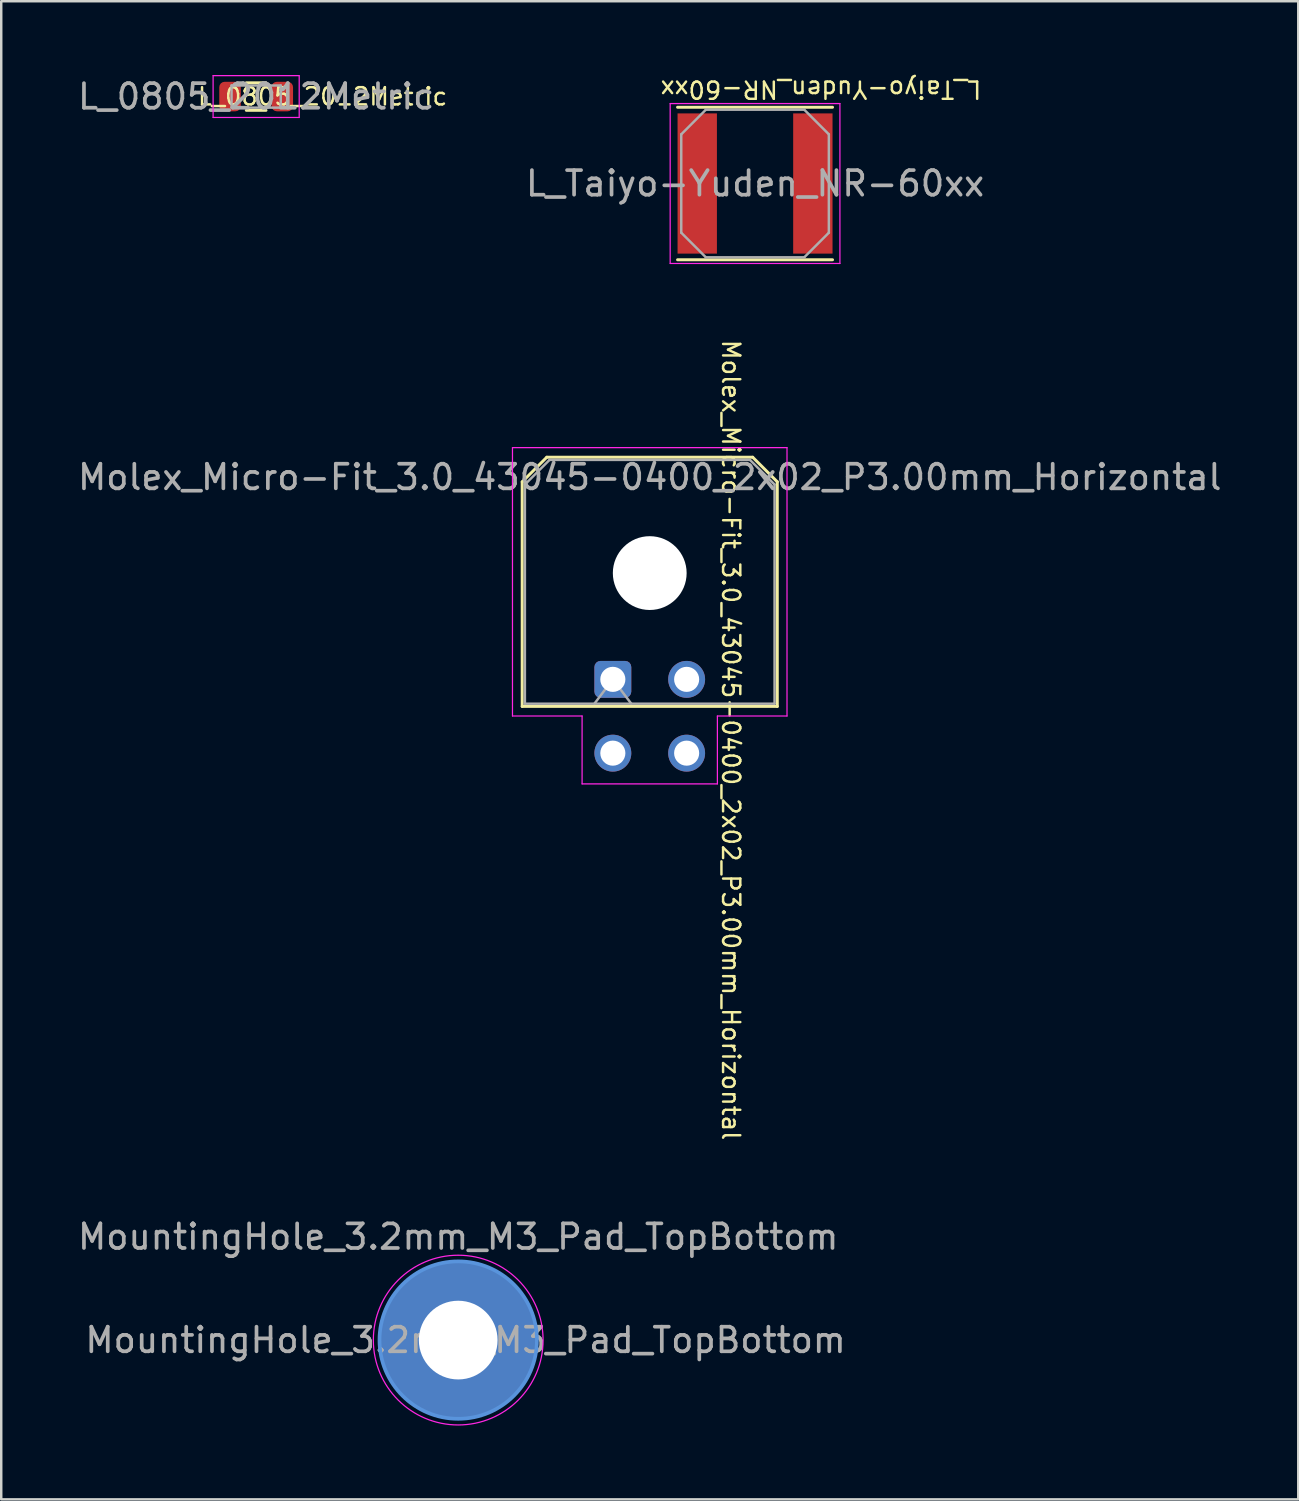
<source format=kicad_pcb>
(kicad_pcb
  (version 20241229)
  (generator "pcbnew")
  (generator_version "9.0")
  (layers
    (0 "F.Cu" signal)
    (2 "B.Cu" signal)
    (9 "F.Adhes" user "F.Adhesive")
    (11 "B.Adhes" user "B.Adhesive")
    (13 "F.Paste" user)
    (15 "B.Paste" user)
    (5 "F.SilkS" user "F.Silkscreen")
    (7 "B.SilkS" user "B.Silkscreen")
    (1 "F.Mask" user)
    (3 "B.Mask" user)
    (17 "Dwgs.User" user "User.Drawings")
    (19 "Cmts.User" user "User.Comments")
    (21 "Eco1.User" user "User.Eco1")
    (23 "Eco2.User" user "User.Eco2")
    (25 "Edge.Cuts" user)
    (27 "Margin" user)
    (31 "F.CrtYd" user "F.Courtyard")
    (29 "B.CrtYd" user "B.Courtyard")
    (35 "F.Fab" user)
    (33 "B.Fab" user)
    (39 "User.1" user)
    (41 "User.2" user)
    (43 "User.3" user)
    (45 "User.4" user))
  (footprint "L_0805_2012Metric"
    (layer "F.Cu")
    (at 7.363 0.875)
    (property "Reference" "L_0805_2012Metric" (at 2.7 0 0) (unlocked yes) (layer "F.SilkS") (effects (font (size 0.7 0.7) (thickness 0.1))))
    (attr smd)
    (fp_line (start -0.4 -0.56) (end 0.4 -0.56) (stroke (width 0.12) (type solid)) (layer "F.SilkS"))
    (fp_line (start -0.4 0.56) (end 0.4 0.56) (stroke (width 0.12) (type solid)) (layer "F.SilkS"))
    (fp_line (start -1.75 -0.85) (end 1.75 -0.85) (stroke (width 0.05) (type solid)) (layer "F.CrtYd"))
    (fp_line (start -1.75 0.85) (end -1.75 -0.85) (stroke (width 0.05) (type solid)) (layer "F.CrtYd"))
    (fp_line (start 1.75 -0.85) (end 1.75 0.85) (stroke (width 0.05) (type solid)) (layer "F.CrtYd"))
    (fp_line (start 1.75 0.85) (end -1.75 0.85) (stroke (width 0.05) (type solid)) (layer "F.CrtYd"))
    (fp_line (start -1 -0.45) (end 1 -0.45) (stroke (width 0.1) (type solid)) (layer "F.Fab"))
    (fp_line (start -1 0.45) (end -1 -0.45) (stroke (width 0.1) (type solid)) (layer "F.Fab"))
    (fp_line (start 1 -0.45) (end 1 0.45) (stroke (width 0.1) (type solid)) (layer "F.Fab"))
    (fp_line (start 1 0.45) (end -1 0.45) (stroke (width 0.1) (type solid)) (layer "F.Fab"))
    (fp_text user "${REFERENCE}" (at 0 0 0) (unlocked yes) (layer "F.Fab") (effects (font (size 1 1) (thickness 0.15))))
    (pad "1" smd roundrect (at -1.062 0) (size 0.875 1.2) (layers "F.Cu" "F.Mask" "F.Paste") (roundrect_rratio 0.25))
    (pad "2" smd roundrect (at 1.062 0) (size 0.875 1.2) (layers "F.Cu" "F.Mask" "F.Paste") (roundrect_rratio 0.25)))
  (footprint "MountingHole_3.2mm_M3_Pad_TopBottom"
    (layer "F.Cu")
    (at 15.577 51.427)
    (property "Reference" "MountingHole_3.2mm_M3_Pad_TopBottom" (at 0 -4.2 0) (unlocked yes) (layer "F.Fab") (effects (font (size 1 1) (thickness 0.15))))
    (attr exclude_from_pos_files exclude_from_bom)
    (fp_circle (center 0 0) (end 3.2 0) (stroke (width 0.15) (type solid)) (fill no) (layer "Cmts.User"))
    (fp_circle (center 0 0) (end 3.45 0) (stroke (width 0.05) (type solid)) (fill no) (layer "F.CrtYd"))
    (fp_text user "${REFERENCE}" (at 0.3 0 0) (unlocked yes) (layer "F.Fab") (effects (font (size 1 1) (thickness 0.15))))
    (pad "1" thru_hole circle (at 0 0) (size 3.6 3.6) (drill 3.2) (layers "*.Cu" "*.Mask"))
    (pad "1" connect circle (at 0 0) (size 6.4 6.4) (layers "F.Cu" "F.Mask"))
    (pad "1" connect circle (at 0 0) (size 6.4 6.4) (layers "B.Cu" "B.Mask")))
  (footprint "L_Taiyo-Yuden_NR-60xx"
    (layer "F.Cu")
    (at 27.644 4.41)
    (property "Reference" "L_Taiyo-Yuden_NR-60xx" (at 2.679 -3.825 180) (unlocked yes) (layer "F.SilkS") (effects (font (size 0.7 0.7) (thickness 0.1))))
    (attr smd)
    (fp_line (start -3.15 -3.1) (end 3.15 -3.1) (stroke (width 0.12) (type solid)) (layer "F.SilkS"))
    (fp_line (start -3.15 3.1) (end 3.15 3.1) (stroke (width 0.12) (type solid)) (layer "F.SilkS"))
    (fp_line (start -3.45 -3.25) (end -3.45 3.25) (stroke (width 0.05) (type solid)) (layer "F.CrtYd"))
    (fp_line (start -3.45 3.25) (end 3.45 3.25) (stroke (width 0.05) (type solid)) (layer "F.CrtYd"))
    (fp_line (start 3.45 -3.25) (end -3.45 -3.25) (stroke (width 0.05) (type solid)) (layer "F.CrtYd"))
    (fp_line (start 3.45 3.25) (end 3.45 -3.25) (stroke (width 0.05) (type solid)) (layer "F.CrtYd"))
    (fp_line (start -3 -2) (end -2 -3) (stroke (width 0.1) (type solid)) (layer "F.Fab"))
    (fp_line (start -3 2) (end -3 -2) (stroke (width 0.1) (type solid)) (layer "F.Fab"))
    (fp_line (start -3 2) (end -2 3) (stroke (width 0.1) (type solid)) (layer "F.Fab"))
    (fp_line (start -2 -3) (end 2 -3) (stroke (width 0.1) (type solid)) (layer "F.Fab"))
    (fp_line (start -2 3) (end 2 3) (stroke (width 0.1) (type solid)) (layer "F.Fab"))
    (fp_line (start 3 -2) (end 2 -3) (stroke (width 0.1) (type solid)) (layer "F.Fab"))
    (fp_line (start 3 2) (end 2 3) (stroke (width 0.1) (type solid)) (layer "F.Fab"))
    (fp_line (start 3 2) (end 3 -2) (stroke (width 0.1) (type solid)) (layer "F.Fab"))
    (fp_text user "${REFERENCE}" (at 0 0 180) (layer "F.Fab") (effects (font (size 1 1) (thickness 0.15))))
    (pad "1" smd rect (at -2.35 0) (size 1.6 5.7) (layers "F.Cu" "F.Mask" "F.Paste"))
    (pad "2" smd rect (at 2.35 0) (size 1.6 5.7) (layers "F.Cu" "F.Mask" "F.Paste")))
  (footprint "Molex_Micro-Fit_3.0_43045-0400_2x02_P3.00mm_Horizontal"
    (layer "F.Cu")
    (at 21.863 24.567)
    (property "Reference" "Molex_Micro-Fit_3.0_43045-0400_2x02_P3.00mm_Horizontal" (at 4.8 2.465 270) (unlocked yes) (layer "F.SilkS") (effects (font (size 0.7 0.7) (thickness 0.1))))
    (attr through_hole)
    (fp_line (start -3.685 -8.03) (end -2.685 -9.03) (stroke (width 0.12) (type solid)) (layer "F.SilkS"))
    (fp_line (start -3.685 1.1) (end -3.685 -8.03) (stroke (width 0.12) (type solid)) (layer "F.SilkS"))
    (fp_line (start -2.685 -9.03) (end 5.685 -9.03) (stroke (width 0.12) (type solid)) (layer "F.SilkS"))
    (fp_line (start 5.685 -9.03) (end 6.685 -8.03) (stroke (width 0.12) (type solid)) (layer "F.SilkS"))
    (fp_line (start 6.685 -8.03) (end 6.685 1.1) (stroke (width 0.12) (type solid)) (layer "F.SilkS"))
    (fp_line (start 6.685 1.1) (end -3.685 1.1) (stroke (width 0.12) (type solid)) (layer "F.SilkS"))
    (fp_line (start -4.08 -9.42) (end 7.08 -9.42) (stroke (width 0.05) (type solid)) (layer "F.CrtYd"))
    (fp_line (start -4.08 1.49) (end -4.08 -9.42) (stroke (width 0.05) (type solid)) (layer "F.CrtYd"))
    (fp_line (start -1.25 1.49) (end -4.08 1.49) (stroke (width 0.05) (type solid)) (layer "F.CrtYd"))
    (fp_line (start -1.25 4.25) (end -1.25 1.49) (stroke (width 0.05) (type solid)) (layer "F.CrtYd"))
    (fp_line (start 4.25 1.49) (end 4.25 4.25) (stroke (width 0.05) (type solid)) (layer "F.CrtYd"))
    (fp_line (start 4.25 4.25) (end -1.25 4.25) (stroke (width 0.05) (type solid)) (layer "F.CrtYd"))
    (fp_line (start 7.08 -9.42) (end 7.08 1.49) (stroke (width 0.05) (type solid)) (layer "F.CrtYd"))
    (fp_line (start 7.08 1.49) (end 4.25 1.49) (stroke (width 0.05) (type solid)) (layer "F.CrtYd"))
    (fp_line (start -3.575 -7.92) (end -2.575 -8.92) (stroke (width 0.1) (type solid)) (layer "F.Fab"))
    (fp_line (start -3.575 0.99) (end -3.575 -7.92) (stroke (width 0.1) (type solid)) (layer "F.Fab"))
    (fp_line (start -2.575 -8.92) (end 5.575 -8.92) (stroke (width 0.1) (type solid)) (layer "F.Fab"))
    (fp_line (start -0.75 0.99) (end 0 0) (stroke (width 0.1) (type solid)) (layer "F.Fab"))
    (fp_line (start 0 0) (end 0.75 0.99) (stroke (width 0.1) (type solid)) (layer "F.Fab"))
    (fp_line (start 5.575 -8.92) (end 6.575 -7.92) (stroke (width 0.1) (type solid)) (layer "F.Fab"))
    (fp_line (start 6.575 -7.92) (end 6.575 0.99) (stroke (width 0.1) (type solid)) (layer "F.Fab"))
    (fp_line (start 6.575 0.99) (end -3.575 0.99) (stroke (width 0.1) (type solid)) (layer "F.Fab"))
    (fp_text user "${REFERENCE}" (at 1.5 -8.22 0) (layer "F.Fab") (effects (font (size 1 1) (thickness 0.15))))
    (pad "" np_thru_hole circle (at 1.5 -4.32) (size 3 3) (drill 3) (layers "*.Cu" "*.Mask"))
    (pad "1" thru_hole roundrect (at 0 0) (size 1.5 1.5) (drill 1.02) (layers "*.Cu" "*.Mask") (roundrect_rratio 0.167))
    (pad "2" thru_hole circle (at 3 0) (size 1.5 1.5) (drill 1.02) (layers "*.Cu" "*.Mask"))
    (pad "3" thru_hole circle (at 0 3) (size 1.5 1.5) (drill 1.02) (layers "*.Cu" "*.Mask"))
    (pad "4" thru_hole circle (at 3 3) (size 1.5 1.5) (drill 1.02) (layers "*.Cu" "*.Mask")))
  (gr_rect
    (start -3 -3)
    (end 49.726 57.902)
    (stroke (width 0.1) (type default))
    (fill no)
    (layer "Edge.Cuts")))
</source>
